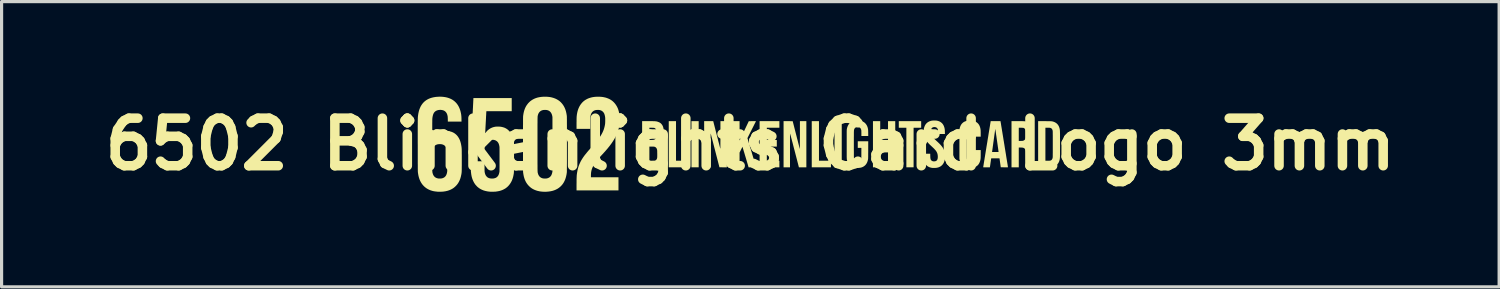
<source format=kicad_pcb>
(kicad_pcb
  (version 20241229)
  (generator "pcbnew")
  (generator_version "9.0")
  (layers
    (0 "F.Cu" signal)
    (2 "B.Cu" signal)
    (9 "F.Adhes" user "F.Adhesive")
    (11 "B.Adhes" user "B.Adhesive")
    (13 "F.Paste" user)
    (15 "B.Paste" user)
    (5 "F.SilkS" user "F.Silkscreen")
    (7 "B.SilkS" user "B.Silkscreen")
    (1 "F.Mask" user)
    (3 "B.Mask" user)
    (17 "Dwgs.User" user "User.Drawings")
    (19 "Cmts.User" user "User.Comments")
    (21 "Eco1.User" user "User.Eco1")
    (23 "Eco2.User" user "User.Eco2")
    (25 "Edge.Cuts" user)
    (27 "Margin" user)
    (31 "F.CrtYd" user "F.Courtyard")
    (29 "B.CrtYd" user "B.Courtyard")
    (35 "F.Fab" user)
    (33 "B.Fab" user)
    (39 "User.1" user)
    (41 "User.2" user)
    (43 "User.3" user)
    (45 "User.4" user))
  (footprint "6502 Blinkenlights Card Logo 3mm"
    (layer "F.Cu")
    (at 20.621 1.5)
    (property "Reference" "6502 Blinkenlights Card Logo 3mm" (at 0 0 0) (layer "F.SilkS") (effects (font (size 1.5 1.5) (thickness 0.3))))
    (attr board_only exclude_from_pos_files exclude_from_bom)
    (fp_poly (pts (xy -1.63 0) (xy -1.63 0.728) (xy -1.744 0.728) (xy -1.858 0.728) (xy -1.858 0) (xy -1.858 -0.728) (xy -1.744 -0.728) (xy -1.63 -0.728)) (stroke (width 0) (type solid)) (fill yes) (layer "F.SilkS"))
    (fp_poly (pts (xy 2.883 0) (xy 2.883 0.728) (xy 2.769 0.728) (xy 2.655 0.728) (xy 2.655 0) (xy 2.655 -0.728) (xy 2.769 -0.728) (xy 2.883 -0.728)) (stroke (width 0) (type solid)) (fill yes) (layer "F.SilkS"))
    (fp_poly (pts (xy -2.345 -0.104) (xy -2.345 0.52) (xy -2.157 0.52) (xy -1.97 0.52) (xy -1.97 0.624) (xy -1.97 0.728) (xy -2.272 0.728) (xy -2.574 0.728) (xy -2.574 0) (xy -2.574 -0.728) (xy -2.46 -0.728) (xy -2.345 -0.728)) (stroke (width 0) (type solid)) (fill yes) (layer "F.SilkS"))
    (fp_poly (pts (xy 2.165 -0.104) (xy 2.165 0.52) (xy 2.354 0.52) (xy 2.543 0.52) (xy 2.543 0.624) (xy 2.543 0.728) (xy 2.24 0.728) (xy 1.937 0.728) (xy 1.937 0) (xy 1.937 -0.728) (xy 2.051 -0.728) (xy 2.165 -0.728)) (stroke (width 0) (type solid)) (fill yes) (layer "F.SilkS"))
    (fp_poly (pts (xy 5.389 -0.624) (xy 5.389 -0.52) (xy 5.269 -0.52) (xy 5.15 -0.52) (xy 5.15 0.104) (xy 5.15 0.728) (xy 5.036 0.728) (xy 4.922 0.728) (xy 4.922 0.104) (xy 4.922 -0.52) (xy 4.802 -0.52) (xy 4.683 -0.52) (xy 4.683 -0.624) (xy 4.683 -0.728) (xy 5.036 -0.728) (xy 5.389 -0.728)) (stroke (width 0) (type solid)) (fill yes) (layer "F.SilkS"))
    (fp_poly (pts (xy 0.916 -0.624) (xy 0.916 -0.52) (xy 0.718 -0.52) (xy 0.52 -0.52) (xy 0.521 -0.328) (xy 0.522 -0.136) (xy 0.678 -0.135) (xy 0.835 -0.134) (xy 0.835 -0.03) (xy 0.835 0.074) (xy 0.678 0.074) (xy 0.52 0.074) (xy 0.52 0.297) (xy 0.52 0.52) (xy 0.718 0.52) (xy 0.916 0.52) (xy 0.916 0.624) (xy 0.916 0.728) (xy 0.604 0.728) (xy 0.292 0.728) (xy 0.292 0) (xy 0.292 -0.728) (xy 0.604 -0.728) (xy 0.916 -0.728)) (stroke (width 0) (type solid)) (fill yes) (layer "F.SilkS"))
    (fp_poly (pts (xy 4.097 -0.431) (xy 4.097 -0.135) (xy 4.22 -0.135) (xy 4.343 -0.135) (xy 4.343 -0.431) (xy 4.343 -0.728) (xy 4.457 -0.728) (xy 4.571 -0.728) (xy 4.571 0) (xy 4.571 0.728) (xy 4.457 0.728) (xy 4.343 0.728) (xy 4.343 0.401) (xy 4.343 0.074) (xy 4.22 0.074) (xy 4.097 0.074) (xy 4.097 0.401) (xy 4.097 0.728) (xy 3.982 0.728) (xy 3.868 0.728) (xy 3.868 0) (xy 3.868 -0.728) (xy 3.982 -0.728) (xy 4.097 -0.728)) (stroke (width 0) (type solid)) (fill yes) (layer "F.SilkS"))
    (fp_poly (pts (xy -1.06 -0.292) (xy -1.048 -0.246) (xy -1.036 -0.201) (xy -1.025 -0.158) (xy -1.015 -0.117) (xy -1.005 -0.078) (xy -0.995 -0.041) (xy -0.986 -0.007) (xy -0.978 0.024) (xy -0.971 0.053) (xy -0.964 0.078) (xy -0.959 0.099) (xy -0.954 0.117) (xy -0.95 0.13) (xy -0.948 0.139) (xy -0.946 0.144) (xy -0.946 0.145) (xy -0.946 0.142) (xy -0.946 0.135) (xy -0.946 0.123) (xy -0.945 0.107) (xy -0.945 0.087) (xy -0.945 0.063) (xy -0.945 0.035) (xy -0.945 0.004) (xy -0.945 -0.029) (xy -0.945 -0.066) (xy -0.944 -0.105) (xy -0.944 -0.146) (xy -0.944 -0.189) (xy -0.944 -0.234) (xy -0.944 -0.281) (xy -0.944 -0.292) (xy -0.944 -0.728) (xy -0.843 -0.728) (xy -0.741 -0.728) (xy -0.741 0.000026) (xy -0.741 0.729) (xy -0.858 0.728) (xy -0.975 0.727) (xy -1.112 0.198) (xy -1.125 0.147) (xy -1.138 0.098) (xy -1.15 0.05) (xy -1.162 0.004) (xy -1.173 -0.04) (xy -1.184 -0.082) (xy -1.194 -0.121) (xy -1.204 -0.158) (xy -1.213 -0.192) (xy -1.221 -0.223) (xy -1.228 -0.251) (xy -1.234 -0.275) (xy -1.239 -0.295) (xy -1.243 -0.311) (xy -1.246 -0.323) (xy -1.248 -0.33) (xy -1.249 -0.333) (xy -1.249 -0.333) (xy -1.251 -0.335) (xy -1.251 -0.335) (xy -1.252 -0.333) (xy -1.252 -0.325) (xy -1.252 -0.312) (xy -1.253 -0.295) (xy -1.253 -0.272) (xy -1.253 -0.244) (xy -1.253 -0.211) (xy -1.253 -0.173) (xy -1.254 -0.131) (xy -1.254 -0.083) (xy -1.254 -0.03) (xy -1.254 0.028) (xy -1.254 0.09) (xy -1.254 0.158) (xy -1.254 0.197) (xy -1.254 0.728) (xy -1.355 0.728) (xy -1.457 0.728) (xy -1.457 0) (xy -1.457 -0.728) (xy -1.314 -0.728) (xy -1.171 -0.728)) (stroke (width 0) (type solid)) (fill yes) (layer "F.SilkS"))
    (fp_poly (pts (xy 1.192 -0.728) (xy 1.336 -0.727) (xy 1.447 -0.292) (xy 1.459 -0.246) (xy 1.47 -0.201) (xy 1.481 -0.158) (xy 1.492 -0.117) (xy 1.502 -0.078) (xy 1.511 -0.042) (xy 1.52 -0.007) (xy 1.528 0.024) (xy 1.535 0.052) (xy 1.541 0.077) (xy 1.547 0.099) (xy 1.551 0.116) (xy 1.555 0.13) (xy 1.557 0.139) (xy 1.558 0.144) (xy 1.558 0.144) (xy 1.56 0.145) (xy 1.561 0.145) (xy 1.561 0.142) (xy 1.562 0.135) (xy 1.562 0.122) (xy 1.562 0.104) (xy 1.563 0.082) (xy 1.563 0.054) (xy 1.563 0.021) (xy 1.563 -0.017) (xy 1.563 -0.059) (xy 1.563 -0.107) (xy 1.563 -0.159) (xy 1.564 -0.217) (xy 1.564 -0.279) (xy 1.564 -0.292) (xy 1.564 -0.728) (xy 1.665 -0.728) (xy 1.767 -0.728) (xy 1.767 0) (xy 1.767 0.728) (xy 1.649 0.728) (xy 1.532 0.728) (xy 1.395 0.198) (xy 1.38 0.142) (xy 1.366 0.089) (xy 1.353 0.038) (xy 1.341 -0.011) (xy 1.329 -0.057) (xy 1.317 -0.1) (xy 1.307 -0.14) (xy 1.297 -0.177) (xy 1.288 -0.21) (xy 1.281 -0.24) (xy 1.274 -0.266) (xy 1.268 -0.288) (xy 1.263 -0.306) (xy 1.259 -0.32) (xy 1.256 -0.329) (xy 1.255 -0.334) (xy 1.254 -0.334) (xy 1.254 -0.334) (xy 1.254 -0.331) (xy 1.253 -0.326) (xy 1.253 -0.318) (xy 1.253 -0.308) (xy 1.253 -0.296) (xy 1.252 -0.28) (xy 1.252 -0.262) (xy 1.252 -0.24) (xy 1.252 -0.215) (xy 1.252 -0.186) (xy 1.252 -0.154) (xy 1.252 -0.117) (xy 1.252 -0.077) (xy 1.251 -0.032) (xy 1.251 0.017) (xy 1.251 0.07) (xy 1.251 0.128) (xy 1.251 0.191) (xy 1.251 0.197) (xy 1.251 0.728) (xy 1.15 0.728) (xy 1.048 0.728) (xy 1.048 -0.000021) (xy 1.048 -0.729)) (stroke (width 0) (type solid)) (fill yes) (layer "F.SilkS"))
    (fp_poly (pts (xy -0.339 -0.423) (xy -0.339 -0.117) (xy -0.194 -0.422) (xy -0.049 -0.727) (xy 0.064 -0.728) (xy 0.088 -0.728) (xy 0.109 -0.728) (xy 0.129 -0.728) (xy 0.146 -0.728) (xy 0.16 -0.728) (xy 0.17 -0.727) (xy 0.176 -0.727) (xy 0.178 -0.727) (xy 0.177 -0.724) (xy 0.173 -0.718) (xy 0.168 -0.707) (xy 0.161 -0.693) (xy 0.152 -0.675) (xy 0.141 -0.654) (xy 0.129 -0.631) (xy 0.116 -0.604) (xy 0.102 -0.576) (xy 0.086 -0.545) (xy 0.07 -0.513) (xy 0.053 -0.48) (xy 0.043 -0.461) (xy 0.026 -0.426) (xy 0.009 -0.393) (xy -0.007 -0.362) (xy -0.022 -0.332) (xy -0.036 -0.305) (xy -0.049 -0.279) (xy -0.06 -0.257) (xy -0.07 -0.237) (xy -0.078 -0.221) (xy -0.084 -0.208) (xy -0.089 -0.198) (xy -0.091 -0.193) (xy -0.091 -0.192) (xy -0.091 -0.19) (xy -0.089 -0.182) (xy -0.085 -0.171) (xy -0.08 -0.155) (xy -0.075 -0.135) (xy -0.068 -0.111) (xy -0.06 -0.084) (xy -0.051 -0.054) (xy -0.041 -0.021) (xy -0.03 0.014) (xy -0.019 0.053) (xy -0.007 0.093) (xy 0.006 0.135) (xy 0.019 0.179) (xy 0.033 0.225) (xy 0.045 0.264) (xy 0.058 0.311) (xy 0.072 0.356) (xy 0.085 0.4) (xy 0.098 0.442) (xy 0.11 0.482) (xy 0.121 0.52) (xy 0.132 0.556) (xy 0.142 0.588) (xy 0.151 0.618) (xy 0.159 0.645) (xy 0.165 0.668) (xy 0.171 0.687) (xy 0.176 0.702) (xy 0.179 0.714) (xy 0.181 0.721) (xy 0.182 0.723) (xy 0.183 0.728) (xy 0.064 0.728) (xy -0.055 0.728) (xy -0.151 0.405) (xy -0.163 0.366) (xy -0.174 0.328) (xy -0.185 0.291) (xy -0.195 0.257) (xy -0.205 0.225) (xy -0.214 0.195) (xy -0.222 0.169) (xy -0.229 0.145) (xy -0.235 0.124) (xy -0.241 0.108) (xy -0.245 0.095) (xy -0.247 0.086) (xy -0.249 0.082) (xy -0.249 0.081) (xy -0.25 0.083) (xy -0.254 0.09) (xy -0.259 0.1) (xy -0.265 0.113) (xy -0.273 0.128) (xy -0.282 0.146) (xy -0.292 0.166) (xy -0.295 0.173) (xy -0.34 0.264) (xy -0.34 0.496) (xy -0.34 0.728) (xy -0.454 0.728) (xy -0.569 0.728) (xy -0.569 0) (xy -0.569 -0.728) (xy -0.454 -0.728) (xy -0.34 -0.728)) (stroke (width 0) (type solid)) (fill yes) (layer "F.SilkS"))
    (fp_poly (pts (xy 9.285 -0.728) (xy 9.324 -0.728) (xy 9.357 -0.727) (xy 9.387 -0.727) (xy 9.412 -0.727) (xy 9.434 -0.727) (xy 9.453 -0.726) (xy 9.469 -0.726) (xy 9.482 -0.725) (xy 9.494 -0.725) (xy 9.504 -0.724) (xy 9.513 -0.722) (xy 9.521 -0.721) (xy 9.529 -0.72) (xy 9.536 -0.718) (xy 9.544 -0.716) (xy 9.553 -0.713) (xy 9.558 -0.712) (xy 9.593 -0.699) (xy 9.626 -0.682) (xy 9.656 -0.662) (xy 9.683 -0.637) (xy 9.706 -0.61) (xy 9.725 -0.578) (xy 9.741 -0.544) (xy 9.753 -0.506) (xy 9.753 -0.506) (xy 9.755 -0.498) (xy 9.757 -0.49) (xy 9.759 -0.482) (xy 9.76 -0.474) (xy 9.762 -0.466) (xy 9.763 -0.457) (xy 9.764 -0.447) (xy 9.765 -0.437) (xy 9.766 -0.424) (xy 9.767 -0.41) (xy 9.767 -0.395) (xy 9.768 -0.377) (xy 9.768 -0.357) (xy 9.769 -0.334) (xy 9.769 -0.308) (xy 9.769 -0.279) (xy 9.769 -0.246) (xy 9.769 -0.21) (xy 9.769 -0.17) (xy 9.77 -0.126) (xy 9.77 -0.077) (xy 9.77 -0.024) (xy 9.77 0) (xy 9.77 0.055) (xy 9.77 0.106) (xy 9.77 0.152) (xy 9.769 0.194) (xy 9.769 0.232) (xy 9.769 0.266) (xy 9.769 0.296) (xy 9.769 0.323) (xy 9.768 0.347) (xy 9.768 0.369) (xy 9.768 0.388) (xy 9.767 0.404) (xy 9.766 0.419) (xy 9.765 0.432) (xy 9.764 0.443) (xy 9.763 0.453) (xy 9.762 0.462) (xy 9.761 0.471) (xy 9.759 0.479) (xy 9.758 0.486) (xy 9.756 0.494) (xy 9.754 0.502) (xy 9.753 0.506) (xy 9.741 0.544) (xy 9.725 0.578) (xy 9.706 0.609) (xy 9.683 0.637) (xy 9.656 0.662) (xy 9.626 0.682) (xy 9.594 0.699) (xy 9.558 0.712) (xy 9.558 0.712) (xy 9.548 0.714) (xy 9.54 0.717) (xy 9.532 0.719) (xy 9.525 0.72) (xy 9.517 0.722) (xy 9.508 0.723) (xy 9.499 0.724) (xy 9.488 0.725) (xy 9.476 0.726) (xy 9.461 0.726) (xy 9.443 0.727) (xy 9.423 0.727) (xy 9.4 0.727) (xy 9.372 0.727) (xy 9.341 0.727) (xy 9.305 0.728) (xy 9.285 0.728) (xy 9.079 0.729) (xy 9.079 0) (xy 9.079 -0.52) (xy 9.308 -0.52) (xy 9.308 0) (xy 9.308 0.52) (xy 9.377 0.52) (xy 9.398 0.52) (xy 9.415 0.52) (xy 9.429 0.52) (xy 9.439 0.519) (xy 9.447 0.519) (xy 9.454 0.518) (xy 9.46 0.516) (xy 9.463 0.516) (xy 9.484 0.508) (xy 9.501 0.497) (xy 9.514 0.482) (xy 9.525 0.464) (xy 9.533 0.442) (xy 9.538 0.416) (xy 9.539 0.413) (xy 9.539 0.407) (xy 9.539 0.397) (xy 9.54 0.381) (xy 9.54 0.36) (xy 9.54 0.335) (xy 9.54 0.305) (xy 9.541 0.27) (xy 9.541 0.231) (xy 9.541 0.187) (xy 9.541 0.139) (xy 9.541 0.087) (xy 9.541 0.03) (xy 9.541 0) (xy 9.541 -0.059) (xy 9.541 -0.114) (xy 9.541 -0.164) (xy 9.541 -0.21) (xy 9.541 -0.251) (xy 9.541 -0.288) (xy 9.54 -0.321) (xy 9.54 -0.348) (xy 9.54 -0.371) (xy 9.539 -0.389) (xy 9.539 -0.403) (xy 9.539 -0.411) (xy 9.539 -0.413) (xy 9.534 -0.44) (xy 9.526 -0.462) (xy 9.515 -0.481) (xy 9.502 -0.496) (xy 9.485 -0.507) (xy 9.465 -0.515) (xy 9.463 -0.516) (xy 9.457 -0.517) (xy 9.451 -0.518) (xy 9.444 -0.519) (xy 9.435 -0.52) (xy 9.423 -0.52) (xy 9.408 -0.52) (xy 9.389 -0.52) (xy 9.377 -0.52) (xy 9.308 -0.52) (xy 9.079 -0.52) (xy 9.079 -0.729)) (stroke (width 0) (type solid)) (fill yes) (layer "F.SilkS"))
    (fp_poly (pts (xy 6.956 -0.748) (xy 6.98 -0.746) (xy 7.002 -0.744) (xy 7.019 -0.741) (xy 7.059 -0.731) (xy 7.095 -0.717) (xy 7.128 -0.699) (xy 7.158 -0.677) (xy 7.184 -0.652) (xy 7.207 -0.623) (xy 7.226 -0.59) (xy 7.241 -0.554) (xy 7.253 -0.514) (xy 7.257 -0.496) (xy 7.259 -0.482) (xy 7.262 -0.468) (xy 7.263 -0.453) (xy 7.265 -0.437) (xy 7.266 -0.419) (xy 7.266 -0.399) (xy 7.267 -0.375) (xy 7.267 -0.347) (xy 7.267 -0.328) (xy 7.267 -0.239) (xy 7.159 -0.239) (xy 7.051 -0.239) (xy 7.051 -0.329) (xy 7.051 -0.357) (xy 7.051 -0.382) (xy 7.05 -0.402) (xy 7.05 -0.419) (xy 7.049 -0.433) (xy 7.047 -0.445) (xy 7.046 -0.456) (xy 7.043 -0.464) (xy 7.041 -0.473) (xy 7.041 -0.473) (xy 7.034 -0.49) (xy 7.026 -0.503) (xy 7.015 -0.514) (xy 7.014 -0.516) (xy 7 -0.526) (xy 6.984 -0.534) (xy 6.966 -0.539) (xy 6.945 -0.541) (xy 6.936 -0.541) (xy 6.91 -0.539) (xy 6.888 -0.534) (xy 6.869 -0.524) (xy 6.854 -0.512) (xy 6.841 -0.495) (xy 6.832 -0.474) (xy 6.825 -0.448) (xy 6.825 -0.448) (xy 6.825 -0.445) (xy 6.824 -0.441) (xy 6.824 -0.435) (xy 6.823 -0.427) (xy 6.823 -0.417) (xy 6.823 -0.405) (xy 6.823 -0.39) (xy 6.822 -0.373) (xy 6.822 -0.353) (xy 6.822 -0.33) (xy 6.822 -0.304) (xy 6.822 -0.274) (xy 6.822 -0.24) (xy 6.822 -0.202) (xy 6.822 -0.16) (xy 6.822 -0.114) (xy 6.821 -0.063) (xy 6.821 -0.008) (xy 6.821 0.004) (xy 6.821 0.059) (xy 6.821 0.109) (xy 6.822 0.155) (xy 6.822 0.196) (xy 6.822 0.234) (xy 6.822 0.267) (xy 6.822 0.296) (xy 6.822 0.323) (xy 6.822 0.346) (xy 6.822 0.366) (xy 6.822 0.383) (xy 6.822 0.397) (xy 6.823 0.41) (xy 6.823 0.42) (xy 6.823 0.429) (xy 6.824 0.436) (xy 6.824 0.441) (xy 6.824 0.446) (xy 6.825 0.449) (xy 6.825 0.452) (xy 6.826 0.455) (xy 6.826 0.456) (xy 6.834 0.48) (xy 6.844 0.5) (xy 6.858 0.516) (xy 6.874 0.528) (xy 6.893 0.536) (xy 6.916 0.54) (xy 6.936 0.541) (xy 6.961 0.539) (xy 6.983 0.534) (xy 7.002 0.525) (xy 7.017 0.513) (xy 7.03 0.497) (xy 7.036 0.486) (xy 7.039 0.48) (xy 7.041 0.474) (xy 7.043 0.468) (xy 7.045 0.462) (xy 7.046 0.455) (xy 7.047 0.446) (xy 7.048 0.435) (xy 7.049 0.422) (xy 7.049 0.406) (xy 7.05 0.387) (xy 7.05 0.364) (xy 7.05 0.337) (xy 7.05 0.315) (xy 7.052 0.185) (xy 7.159 0.185) (xy 7.267 0.185) (xy 7.267 0.302) (xy 7.267 0.327) (xy 7.267 0.351) (xy 7.266 0.374) (xy 7.266 0.395) (xy 7.266 0.413) (xy 7.265 0.429) (xy 7.265 0.44) (xy 7.264 0.445) (xy 7.258 0.49) (xy 7.248 0.532) (xy 7.234 0.57) (xy 7.217 0.605) (xy 7.197 0.636) (xy 7.173 0.664) (xy 7.146 0.687) (xy 7.115 0.707) (xy 7.08 0.723) (xy 7.042 0.736) (xy 7.019 0.741) (xy 7.004 0.744) (xy 6.986 0.746) (xy 6.965 0.747) (xy 6.942 0.748) (xy 6.919 0.748) (xy 6.897 0.748) (xy 6.878 0.747) (xy 6.862 0.745) (xy 6.861 0.745) (xy 6.829 0.739) (xy 6.798 0.73) (xy 6.768 0.718) (xy 6.741 0.705) (xy 6.718 0.69) (xy 6.716 0.688) (xy 6.689 0.665) (xy 6.666 0.639) (xy 6.645 0.61) (xy 6.629 0.577) (xy 6.615 0.541) (xy 6.604 0.501) (xy 6.602 0.495) (xy 6.596 0.463) (xy 6.596 0) (xy 6.596 -0.463) (xy 6.602 -0.495) (xy 6.613 -0.536) (xy 6.627 -0.573) (xy 6.643 -0.606) (xy 6.663 -0.636) (xy 6.686 -0.662) (xy 6.713 -0.686) (xy 6.716 -0.688) (xy 6.741 -0.705) (xy 6.771 -0.719) (xy 6.803 -0.731) (xy 6.837 -0.74) (xy 6.865 -0.745) (xy 6.885 -0.747) (xy 6.907 -0.748) (xy 6.932 -0.748)) (stroke (width 0) (type solid)) (fill yes) (layer "F.SilkS"))
    (fp_poly (pts (xy 5.817 -0.748) (xy 5.839 -0.747) (xy 5.859 -0.746) (xy 5.876 -0.745) (xy 5.887 -0.743) (xy 5.925 -0.734) (xy 5.959 -0.722) (xy 5.989 -0.707) (xy 6.017 -0.688) (xy 6.017 -0.688) (xy 6.044 -0.665) (xy 6.068 -0.638) (xy 6.088 -0.607) (xy 6.105 -0.573) (xy 6.114 -0.546) (xy 6.121 -0.527) (xy 6.125 -0.509) (xy 6.129 -0.491) (xy 6.132 -0.473) (xy 6.134 -0.452) (xy 6.136 -0.43) (xy 6.136 -0.403) (xy 6.137 -0.389) (xy 6.138 -0.322) (xy 6.03 -0.323) (xy 5.923 -0.324) (xy 5.922 -0.383) (xy 5.921 -0.403) (xy 5.92 -0.421) (xy 5.919 -0.436) (xy 5.918 -0.448) (xy 5.917 -0.456) (xy 5.917 -0.457) (xy 5.909 -0.48) (xy 5.898 -0.5) (xy 5.883 -0.516) (xy 5.866 -0.528) (xy 5.845 -0.536) (xy 5.821 -0.541) (xy 5.795 -0.541) (xy 5.788 -0.54) (xy 5.765 -0.536) (xy 5.746 -0.527) (xy 5.729 -0.514) (xy 5.716 -0.498) (xy 5.706 -0.477) (xy 5.698 -0.453) (xy 5.694 -0.426) (xy 5.694 -0.395) (xy 5.694 -0.391) (xy 5.697 -0.357) (xy 5.705 -0.325) (xy 5.716 -0.294) (xy 5.721 -0.283) (xy 5.73 -0.265) (xy 5.74 -0.248) (xy 5.753 -0.23) (xy 5.766 -0.212) (xy 5.783 -0.193) (xy 5.802 -0.173) (xy 5.823 -0.151) (xy 5.849 -0.127) (xy 5.877 -0.1) (xy 5.884 -0.094) (xy 5.921 -0.06) (xy 5.955 -0.027) (xy 5.985 0.003) (xy 6.011 0.032) (xy 6.034 0.059) (xy 6.054 0.086) (xy 6.072 0.111) (xy 6.087 0.137) (xy 6.099 0.162) (xy 6.11 0.188) (xy 6.117 0.207) (xy 6.127 0.243) (xy 6.135 0.283) (xy 6.14 0.325) (xy 6.142 0.367) (xy 6.142 0.41) (xy 6.139 0.444) (xy 6.133 0.487) (xy 6.124 0.525) (xy 6.112 0.56) (xy 6.098 0.591) (xy 6.08 0.62) (xy 6.06 0.647) (xy 6.053 0.653) (xy 6.028 0.678) (xy 6 0.699) (xy 5.969 0.715) (xy 5.936 0.729) (xy 5.899 0.739) (xy 5.863 0.745) (xy 5.851 0.746) (xy 5.836 0.747) (xy 5.818 0.748) (xy 5.799 0.748) (xy 5.781 0.748) (xy 5.764 0.748) (xy 5.75 0.748) (xy 5.744 0.747) (xy 5.738 0.746) (xy 5.728 0.745) (xy 5.716 0.743) (xy 5.708 0.741) (xy 5.669 0.732) (xy 5.634 0.718) (xy 5.601 0.701) (xy 5.572 0.68) (xy 5.546 0.655) (xy 5.523 0.626) (xy 5.511 0.606) (xy 5.498 0.581) (xy 5.487 0.555) (xy 5.478 0.527) (xy 5.471 0.496) (xy 5.466 0.463) (xy 5.462 0.426) (xy 5.46 0.385) (xy 5.46 0.343) (xy 5.46 0.3) (xy 5.567 0.3) (xy 5.675 0.3) (xy 5.676 0.367) (xy 5.677 0.395) (xy 5.678 0.419) (xy 5.68 0.439) (xy 5.683 0.455) (xy 5.686 0.469) (xy 5.69 0.481) (xy 5.696 0.492) (xy 5.703 0.501) (xy 5.711 0.511) (xy 5.726 0.524) (xy 5.744 0.533) (xy 5.767 0.539) (xy 5.792 0.541) (xy 5.794 0.541) (xy 5.82 0.539) (xy 5.843 0.534) (xy 5.862 0.525) (xy 5.879 0.513) (xy 5.892 0.496) (xy 5.902 0.476) (xy 5.909 0.451) (xy 5.911 0.435) (xy 5.914 0.406) (xy 5.913 0.374) (xy 5.91 0.341) (xy 5.904 0.311) (xy 5.9 0.296) (xy 5.893 0.277) (xy 5.885 0.259) (xy 5.876 0.241) (xy 5.865 0.222) (xy 5.851 0.203) (xy 5.836 0.184) (xy 5.817 0.163) (xy 5.796 0.14) (xy 5.771 0.116) (xy 5.743 0.089) (xy 5.714 0.062) (xy 5.673 0.024) (xy 5.637 -0.012) (xy 5.604 -0.047) (xy 5.576 -0.08) (xy 5.552 -0.112) (xy 5.531 -0.144) (xy 5.513 -0.175) (xy 5.498 -0.207) (xy 5.487 -0.239) (xy 5.478 -0.272) (xy 5.471 -0.306) (xy 5.467 -0.342) (xy 5.466 -0.369) (xy 5.466 -0.417) (xy 5.47 -0.463) (xy 5.477 -0.505) (xy 5.489 -0.545) (xy 5.504 -0.582) (xy 5.522 -0.616) (xy 5.545 -0.646) (xy 5.553 -0.655) (xy 5.578 -0.679) (xy 5.606 -0.699) (xy 5.637 -0.716) (xy 5.672 -0.73) (xy 5.71 -0.74) (xy 5.722 -0.743) (xy 5.736 -0.745) (xy 5.753 -0.746) (xy 5.773 -0.747) (xy 5.795 -0.748)) (stroke (width 0) (type solid)) (fill yes) (layer "F.SilkS"))
    (fp_poly (pts (xy 8.463 -0.728) (xy 8.496 -0.728) (xy 8.527 -0.728) (xy 8.556 -0.728) (xy 8.581 -0.728) (xy 8.602 -0.727) (xy 8.619 -0.727) (xy 8.632 -0.726) (xy 8.64 -0.726) (xy 8.64 -0.726) (xy 8.683 -0.72) (xy 8.722 -0.711) (xy 8.757 -0.698) (xy 8.789 -0.683) (xy 8.816 -0.664) (xy 8.841 -0.641) (xy 8.861 -0.615) (xy 8.879 -0.586) (xy 8.893 -0.552) (xy 8.905 -0.514) (xy 8.911 -0.487) (xy 8.912 -0.48) (xy 8.913 -0.473) (xy 8.914 -0.466) (xy 8.914 -0.456) (xy 8.915 -0.445) (xy 8.915 -0.431) (xy 8.915 -0.414) (xy 8.915 -0.393) (xy 8.915 -0.368) (xy 8.915 -0.352) (xy 8.915 -0.323) (xy 8.915 -0.299) (xy 8.915 -0.278) (xy 8.915 -0.261) (xy 8.914 -0.247) (xy 8.913 -0.235) (xy 8.912 -0.224) (xy 8.911 -0.214) (xy 8.909 -0.204) (xy 8.907 -0.194) (xy 8.904 -0.183) (xy 8.902 -0.178) (xy 8.897 -0.159) (xy 8.889 -0.14) (xy 8.88 -0.121) (xy 8.871 -0.104) (xy 8.866 -0.095) (xy 8.846 -0.07) (xy 8.823 -0.049) (xy 8.796 -0.031) (xy 8.788 -0.027) (xy 8.779 -0.022) (xy 8.772 -0.018) (xy 8.769 -0.015) (xy 8.768 -0.014) (xy 8.771 -0.013) (xy 8.776 -0.01) (xy 8.785 -0.006) (xy 8.786 -0.005) (xy 8.813 0.007) (xy 8.836 0.024) (xy 8.856 0.044) (xy 8.874 0.068) (xy 8.888 0.097) (xy 8.9 0.129) (xy 8.906 0.152) (xy 8.908 0.165) (xy 8.91 0.177) (xy 8.912 0.189) (xy 8.914 0.201) (xy 8.915 0.215) (xy 8.917 0.23) (xy 8.917 0.247) (xy 8.918 0.267) (xy 8.919 0.289) (xy 8.919 0.315) (xy 8.919 0.344) (xy 8.919 0.378) (xy 8.919 0.41) (xy 8.919 0.453) (xy 8.92 0.491) (xy 8.92 0.525) (xy 8.92 0.555) (xy 8.921 0.581) (xy 8.922 0.604) (xy 8.923 0.624) (xy 8.924 0.641) (xy 8.925 0.656) (xy 8.927 0.669) (xy 8.929 0.681) (xy 8.932 0.691) (xy 8.934 0.701) (xy 8.938 0.71) (xy 8.938 0.712) (xy 8.944 0.728) (xy 8.828 0.728) (xy 8.712 0.728) (xy 8.709 0.719) (xy 8.706 0.71) (xy 8.704 0.701) (xy 8.702 0.693) (xy 8.7 0.684) (xy 8.699 0.676) (xy 8.697 0.666) (xy 8.696 0.655) (xy 8.695 0.643) (xy 8.694 0.628) (xy 8.694 0.611) (xy 8.693 0.592) (xy 8.693 0.569) (xy 8.692 0.543) (xy 8.692 0.513) (xy 8.691 0.479) (xy 8.691 0.441) (xy 8.691 0.429) (xy 8.691 0.391) (xy 8.69 0.359) (xy 8.69 0.33) (xy 8.69 0.306) (xy 8.689 0.285) (xy 8.689 0.267) (xy 8.689 0.253) (xy 8.688 0.241) (xy 8.688 0.231) (xy 8.688 0.223) (xy 8.687 0.217) (xy 8.686 0.212) (xy 8.686 0.207) (xy 8.685 0.203) (xy 8.684 0.199) (xy 8.684 0.199) (xy 8.676 0.174) (xy 8.666 0.155) (xy 8.654 0.139) (xy 8.639 0.126) (xy 8.626 0.119) (xy 8.615 0.114) (xy 8.602 0.11) (xy 8.589 0.108) (xy 8.572 0.106) (xy 8.553 0.105) (xy 8.53 0.104) (xy 8.519 0.104) (xy 8.468 0.104) (xy 8.468 0.416) (xy 8.468 0.728) (xy 8.353 0.728) (xy 8.239 0.728) (xy 8.239 0) (xy 8.239 -0.521) (xy 8.468 -0.521) (xy 8.468 -0.312) (xy 8.468 -0.103) (xy 8.529 -0.105) (xy 8.55 -0.105) (xy 8.567 -0.106) (xy 8.579 -0.106) (xy 8.589 -0.107) (xy 8.597 -0.108) (xy 8.603 -0.11) (xy 8.605 -0.11) (xy 8.622 -0.117) (xy 8.635 -0.124) (xy 8.648 -0.134) (xy 8.65 -0.135) (xy 8.66 -0.146) (xy 8.668 -0.157) (xy 8.674 -0.17) (xy 8.68 -0.185) (xy 8.687 -0.204) (xy 8.688 -0.303) (xy 8.688 -0.332) (xy 8.688 -0.357) (xy 8.688 -0.377) (xy 8.687 -0.395) (xy 8.687 -0.409) (xy 8.685 -0.421) (xy 8.684 -0.432) (xy 8.682 -0.441) (xy 8.679 -0.45) (xy 8.676 -0.459) (xy 8.675 -0.461) (xy 8.668 -0.476) (xy 8.656 -0.49) (xy 8.642 -0.502) (xy 8.627 -0.511) (xy 8.624 -0.513) (xy 8.619 -0.515) (xy 8.614 -0.516) (xy 8.609 -0.517) (xy 8.603 -0.518) (xy 8.595 -0.519) (xy 8.584 -0.519) (xy 8.57 -0.519) (xy 8.552 -0.52) (xy 8.538 -0.52) (xy 8.468 -0.521) (xy 8.239 -0.521) (xy 8.239 -0.728) (xy 8.427 -0.728)) (stroke (width 0) (type solid)) (fill yes) (layer "F.SilkS"))
    (fp_poly (pts (xy -3.182 -0.728) (xy -3.146 -0.728) (xy -3.114 -0.728) (xy -3.085 -0.728) (xy -3.06 -0.727) (xy -3.039 -0.727) (xy -3.02 -0.726) (xy -3.003 -0.725) (xy -2.989 -0.723) (xy -2.975 -0.722) (xy -2.963 -0.72) (xy -2.952 -0.718) (xy -2.941 -0.715) (xy -2.931 -0.712) (xy -2.919 -0.708) (xy -2.915 -0.707) (xy -2.887 -0.696) (xy -2.862 -0.684) (xy -2.84 -0.671) (xy -2.82 -0.654) (xy -2.815 -0.649) (xy -2.795 -0.626) (xy -2.777 -0.601) (xy -2.763 -0.573) (xy -2.751 -0.542) (xy -2.743 -0.51) (xy -2.739 -0.492) (xy -2.736 -0.474) (xy -2.734 -0.456) (xy -2.733 -0.436) (xy -2.732 -0.414) (xy -2.731 -0.388) (xy -2.731 -0.367) (xy -2.732 -0.33) (xy -2.733 -0.298) (xy -2.735 -0.269) (xy -2.738 -0.243) (xy -2.743 -0.22) (xy -2.749 -0.198) (xy -2.756 -0.178) (xy -2.764 -0.158) (xy -2.78 -0.131) (xy -2.8 -0.105) (xy -2.824 -0.083) (xy -2.85 -0.064) (xy -2.866 -0.056) (xy -2.873 -0.052) (xy -2.877 -0.049) (xy -2.878 -0.048) (xy -2.875 -0.046) (xy -2.869 -0.042) (xy -2.861 -0.038) (xy -2.858 -0.037) (xy -2.829 -0.022) (xy -2.803 -0.003) (xy -2.78 0.019) (xy -2.76 0.045) (xy -2.743 0.075) (xy -2.73 0.109) (xy -2.719 0.147) (xy -2.714 0.169) (xy -2.713 0.175) (xy -2.712 0.182) (xy -2.712 0.189) (xy -2.711 0.198) (xy -2.71 0.208) (xy -2.71 0.22) (xy -2.71 0.236) (xy -2.71 0.254) (xy -2.71 0.277) (xy -2.71 0.303) (xy -2.71 0.319) (xy -2.71 0.348) (xy -2.71 0.372) (xy -2.71 0.393) (xy -2.71 0.41) (xy -2.71 0.424) (xy -2.711 0.435) (xy -2.711 0.444) (xy -2.712 0.452) (xy -2.713 0.459) (xy -2.714 0.466) (xy -2.714 0.468) (xy -2.722 0.503) (xy -2.731 0.534) (xy -2.742 0.562) (xy -2.756 0.588) (xy -2.773 0.613) (xy -2.773 0.613) (xy -2.796 0.64) (xy -2.823 0.663) (xy -2.853 0.683) (xy -2.887 0.699) (xy -2.925 0.712) (xy -2.963 0.721) (xy -2.969 0.722) (xy -2.974 0.723) (xy -2.979 0.724) (xy -2.985 0.725) (xy -2.992 0.725) (xy -3.001 0.726) (xy -3.011 0.726) (xy -3.023 0.726) (xy -3.038 0.727) (xy -3.055 0.727) (xy -3.076 0.727) (xy -3.101 0.727) (xy -3.129 0.727) (xy -3.162 0.728) (xy -3.199 0.728) (xy -3.203 0.728) (xy -3.414 0.729) (xy -3.414 0.074) (xy -3.185 0.074) (xy -3.185 0.297) (xy -3.185 0.521) (xy -3.102 0.52) (xy -3.079 0.519) (xy -3.059 0.519) (xy -3.044 0.519) (xy -3.032 0.518) (xy -3.023 0.518) (xy -3.016 0.517) (xy -3.011 0.516) (xy -3.006 0.515) (xy -3.006 0.515) (xy -2.986 0.505) (xy -2.97 0.493) (xy -2.957 0.476) (xy -2.947 0.456) (xy -2.947 0.456) (xy -2.945 0.448) (xy -2.943 0.44) (xy -2.941 0.431) (xy -2.939 0.421) (xy -2.938 0.41) (xy -2.938 0.397) (xy -2.937 0.381) (xy -2.937 0.362) (xy -2.937 0.339) (xy -2.937 0.312) (xy -2.937 0.296) (xy -2.938 0.269) (xy -2.938 0.246) (xy -2.938 0.228) (xy -2.939 0.213) (xy -2.939 0.201) (xy -2.94 0.191) (xy -2.941 0.184) (xy -2.942 0.178) (xy -2.943 0.173) (xy -2.943 0.171) (xy -2.951 0.146) (xy -2.962 0.124) (xy -2.976 0.107) (xy -2.992 0.094) (xy -3.002 0.089) (xy -3.011 0.084) (xy -3.02 0.081) (xy -3.03 0.078) (xy -3.041 0.077) (xy -3.054 0.075) (xy -3.069 0.074) (xy -3.088 0.074) (xy -3.112 0.074) (xy -3.119 0.074) (xy -3.185 0.074) (xy -3.414 0.074) (xy -3.414 0.000122) (xy -3.414 -0.521) (xy -3.185 -0.521) (xy -3.185 -0.327) (xy -3.185 -0.134) (xy -3.124 -0.135) (xy -3.102 -0.136) (xy -3.084 -0.137) (xy -3.07 -0.138) (xy -3.059 -0.139) (xy -3.051 -0.14) (xy -3.047 -0.141) (xy -3.024 -0.149) (xy -3.005 -0.16) (xy -2.99 -0.175) (xy -2.978 -0.193) (xy -2.969 -0.216) (xy -2.968 -0.219) (xy -2.966 -0.225) (xy -2.964 -0.231) (xy -2.963 -0.237) (xy -2.962 -0.244) (xy -2.962 -0.253) (xy -2.961 -0.264) (xy -2.961 -0.278) (xy -2.96 -0.295) (xy -2.96 -0.317) (xy -2.96 -0.345) (xy -2.96 -0.368) (xy -2.96 -0.388) (xy -2.961 -0.404) (xy -2.962 -0.418) (xy -2.964 -0.43) (xy -2.967 -0.44) (xy -2.97 -0.45) (xy -2.97 -0.452) (xy -2.98 -0.473) (xy -2.993 -0.491) (xy -3.009 -0.504) (xy -3.025 -0.513) (xy -3.03 -0.515) (xy -3.034 -0.516) (xy -3.039 -0.517) (xy -3.046 -0.518) (xy -3.054 -0.519) (xy -3.065 -0.519) (xy -3.079 -0.519) (xy -3.098 -0.52) (xy -3.112 -0.52) (xy -3.185 -0.521) (xy -3.414 -0.521) (xy -3.414 -0.728) (xy -3.223 -0.728)) (stroke (width 0) (type solid)) (fill yes) (layer "F.SilkS"))
    (fp_poly (pts (xy 7.893 -0.723) (xy 7.893 -0.719) (xy 7.894 -0.711) (xy 7.896 -0.699) (xy 7.899 -0.682) (xy 7.903 -0.661) (xy 7.907 -0.637) (xy 7.911 -0.609) (xy 7.916 -0.577) (xy 7.922 -0.543) (xy 7.928 -0.506) (xy 7.935 -0.466) (xy 7.941 -0.424) (xy 7.949 -0.379) (xy 7.956 -0.333) (xy 7.964 -0.286) (xy 7.972 -0.237) (xy 7.98 -0.187) (xy 7.988 -0.136) (xy 7.997 -0.084) (xy 8.005 -0.032) (xy 8.014 0.02) (xy 8.022 0.073) (xy 8.03 0.124) (xy 8.039 0.176) (xy 8.047 0.226) (xy 8.055 0.275) (xy 8.063 0.323) (xy 8.07 0.37) (xy 8.077 0.415) (xy 8.084 0.457) (xy 8.091 0.498) (xy 8.097 0.536) (xy 8.103 0.571) (xy 8.108 0.603) (xy 8.113 0.632) (xy 8.117 0.657) (xy 8.12 0.679) (xy 8.123 0.697) (xy 8.125 0.71) (xy 8.127 0.72) (xy 8.127 0.724) (xy 8.127 0.724) (xy 8.127 0.725) (xy 8.126 0.726) (xy 8.123 0.727) (xy 8.118 0.727) (xy 8.111 0.728) (xy 8.101 0.728) (xy 8.088 0.728) (xy 8.072 0.728) (xy 8.051 0.728) (xy 8.026 0.728) (xy 8.014 0.728) (xy 7.9 0.727) (xy 7.88 0.586) (xy 7.86 0.444) (xy 7.728 0.444) (xy 7.699 0.444) (xy 7.674 0.444) (xy 7.653 0.444) (xy 7.636 0.445) (xy 7.623 0.445) (xy 7.613 0.445) (xy 7.606 0.446) (xy 7.601 0.446) (xy 7.598 0.447) (xy 7.597 0.447) (xy 7.597 0.448) (xy 7.597 0.451) (xy 7.596 0.458) (xy 7.594 0.47) (xy 7.592 0.484) (xy 7.589 0.502) (xy 7.587 0.521) (xy 7.584 0.543) (xy 7.58 0.565) (xy 7.577 0.588) (xy 7.574 0.61) (xy 7.571 0.632) (xy 7.568 0.653) (xy 7.565 0.672) (xy 7.562 0.689) (xy 7.56 0.703) (xy 7.559 0.713) (xy 7.558 0.719) (xy 7.558 0.72) (xy 7.556 0.728) (xy 7.451 0.728) (xy 7.421 0.728) (xy 7.397 0.728) (xy 7.377 0.728) (xy 7.362 0.728) (xy 7.352 0.727) (xy 7.347 0.726) (xy 7.346 0.726) (xy 7.346 0.723) (xy 7.347 0.716) (xy 7.349 0.704) (xy 7.352 0.687) (xy 7.355 0.667) (xy 7.359 0.643) (xy 7.363 0.615) (xy 7.368 0.584) (xy 7.374 0.549) (xy 7.38 0.512) (xy 7.387 0.472) (xy 7.393 0.43) (xy 7.401 0.385) (xy 7.408 0.339) (xy 7.416 0.291) (xy 7.423 0.246) (xy 7.624 0.246) (xy 7.727 0.246) (xy 7.753 0.246) (xy 7.774 0.246) (xy 7.791 0.246) (xy 7.804 0.246) (xy 7.814 0.246) (xy 7.821 0.245) (xy 7.826 0.245) (xy 7.829 0.244) (xy 7.83 0.243) (xy 7.83 0.242) (xy 7.83 0.242) (xy 7.83 0.238) (xy 7.829 0.23) (xy 7.827 0.218) (xy 7.825 0.201) (xy 7.823 0.181) (xy 7.819 0.158) (xy 7.816 0.132) (xy 7.812 0.104) (xy 7.807 0.073) (xy 7.803 0.04) (xy 7.798 0.006) (xy 7.793 -0.029) (xy 7.788 -0.065) (xy 7.783 -0.102) (xy 7.777 -0.139) (xy 7.772 -0.175) (xy 7.767 -0.211) (xy 7.762 -0.246) (xy 7.757 -0.28) (xy 7.752 -0.312) (xy 7.748 -0.343) (xy 7.744 -0.371) (xy 7.74 -0.396) (xy 7.737 -0.418) (xy 7.734 -0.437) (xy 7.732 -0.453) (xy 7.73 -0.464) (xy 7.729 -0.471) (xy 7.729 -0.473) (xy 7.726 -0.475) (xy 7.725 -0.474) (xy 7.725 -0.472) (xy 7.724 -0.465) (xy 7.722 -0.453) (xy 7.72 -0.437) (xy 7.717 -0.417) (xy 7.714 -0.393) (xy 7.71 -0.367) (xy 7.706 -0.337) (xy 7.701 -0.304) (xy 7.696 -0.269) (xy 7.691 -0.232) (xy 7.686 -0.193) (xy 7.68 -0.152) (xy 7.676 -0.121) (xy 7.67 -0.079) (xy 7.664 -0.038) (xy 7.659 0.001) (xy 7.654 0.038) (xy 7.649 0.073) (xy 7.645 0.105) (xy 7.641 0.134) (xy 7.637 0.161) (xy 7.634 0.184) (xy 7.631 0.204) (xy 7.629 0.219) (xy 7.627 0.23) (xy 7.626 0.237) (xy 7.626 0.239) (xy 7.624 0.246) (xy 7.423 0.246) (xy 7.424 0.241) (xy 7.432 0.19) (xy 7.441 0.138) (xy 7.449 0.085) (xy 7.458 0.032) (xy 7.467 -0.022) (xy 7.476 -0.076) (xy 7.484 -0.129) (xy 7.493 -0.183) (xy 7.502 -0.235) (xy 7.51 -0.287) (xy 7.518 -0.338) (xy 7.526 -0.387) (xy 7.534 -0.435) (xy 7.542 -0.481) (xy 7.549 -0.525) (xy 7.556 -0.567) (xy 7.559 -0.587) (xy 7.563 -0.613) (xy 7.567 -0.638) (xy 7.571 -0.66) (xy 7.574 -0.68) (xy 7.577 -0.697) (xy 7.579 -0.711) (xy 7.581 -0.721) (xy 7.581 -0.726) (xy 7.582 -0.728) (xy 7.584 -0.728) (xy 7.591 -0.728) (xy 7.603 -0.728) (xy 7.618 -0.728) (xy 7.636 -0.728) (xy 7.657 -0.728) (xy 7.681 -0.728) (xy 7.707 -0.728) (xy 7.734 -0.728) (xy 7.736 -0.728) (xy 7.891 -0.728)) (stroke (width 0) (type solid)) (fill yes) (layer "F.SilkS"))
    (fp_poly (pts (xy -4.776 -1.498) (xy -4.753 -1.498) (xy -4.733 -1.497) (xy -4.715 -1.496) (xy -4.703 -1.495) (xy -4.65 -1.489) (xy -4.601 -1.479) (xy -4.555 -1.468) (xy -4.512 -1.453) (xy -4.47 -1.436) (xy -4.446 -1.425) (xy -4.407 -1.403) (xy -4.371 -1.379) (xy -4.336 -1.351) (xy -4.303 -1.319) (xy -4.301 -1.317) (xy -4.267 -1.278) (xy -4.237 -1.236) (xy -4.21 -1.191) (xy -4.186 -1.143) (xy -4.166 -1.091) (xy -4.15 -1.035) (xy -4.137 -0.976) (xy -4.127 -0.912) (xy -4.126 -0.905) (xy -4.124 -0.888) (xy -4.123 -0.868) (xy -4.122 -0.845) (xy -4.121 -0.82) (xy -4.12 -0.793) (xy -4.12 -0.767) (xy -4.12 -0.742) (xy -4.12 -0.719) (xy -4.121 -0.699) (xy -4.122 -0.683) (xy -4.122 -0.682) (xy -4.13 -0.613) (xy -4.142 -0.545) (xy -4.157 -0.478) (xy -4.177 -0.412) (xy -4.201 -0.346) (xy -4.229 -0.281) (xy -4.261 -0.216) (xy -4.298 -0.151) (xy -4.34 -0.085) (xy -4.386 -0.017) (xy -4.394 -0.007) (xy -4.419 0.027) (xy -4.444 0.06) (xy -4.47 0.092) (xy -4.497 0.126) (xy -4.525 0.159) (xy -4.556 0.195) (xy -4.588 0.232) (xy -4.624 0.271) (xy -4.662 0.313) (xy -4.674 0.326) (xy -4.703 0.357) (xy -4.728 0.385) (xy -4.751 0.41) (xy -4.771 0.433) (xy -4.79 0.454) (xy -4.807 0.474) (xy -4.823 0.493) (xy -4.838 0.512) (xy -4.852 0.53) (xy -4.867 0.549) (xy -4.876 0.561) (xy -4.9 0.594) (xy -4.922 0.627) (xy -4.943 0.662) (xy -4.961 0.696) (xy -4.977 0.728) (xy -4.99 0.759) (xy -4.994 0.769) (xy -5.007 0.808) (xy -5.016 0.846) (xy -5.023 0.885) (xy -5.027 0.926) (xy -5.029 0.969) (xy -5.029 0.985) (xy -5.029 1.042) (xy -4.595 1.043) (xy -4.16 1.043) (xy -4.16 1.25) (xy -4.16 1.457) (xy -4.821 1.457) (xy -5.483 1.457) (xy -5.483 1.263) (xy -5.482 1.218) (xy -5.482 1.178) (xy -5.482 1.142) (xy -5.482 1.109) (xy -5.481 1.08) (xy -5.48 1.054) (xy -5.479 1.03) (xy -5.478 1.007) (xy -5.477 0.987) (xy -5.475 0.967) (xy -5.473 0.948) (xy -5.47 0.929) (xy -5.468 0.909) (xy -5.464 0.889) (xy -5.463 0.883) (xy -5.454 0.832) (xy -5.443 0.782) (xy -5.43 0.734) (xy -5.415 0.687) (xy -5.397 0.64) (xy -5.377 0.594) (xy -5.355 0.548) (xy -5.33 0.502) (xy -5.301 0.455) (xy -5.27 0.408) (xy -5.235 0.359) (xy -5.196 0.31) (xy -5.154 0.258) (xy -5.109 0.204) (xy -5.059 0.149) (xy -5.031 0.119) (xy -5.004 0.089) (xy -4.98 0.063) (xy -4.958 0.039) (xy -4.938 0.016) (xy -4.92 -0.005) (xy -4.902 -0.026) (xy -4.889 -0.042) (xy -4.844 -0.096) (xy -4.803 -0.149) (xy -4.767 -0.199) (xy -4.734 -0.248) (xy -4.705 -0.295) (xy -4.679 -0.341) (xy -4.656 -0.387) (xy -4.637 -0.432) (xy -4.62 -0.477) (xy -4.607 -0.523) (xy -4.595 -0.57) (xy -4.586 -0.617) (xy -4.582 -0.645) (xy -4.581 -0.659) (xy -4.58 -0.678) (xy -4.579 -0.699) (xy -4.578 -0.723) (xy -4.578 -0.747) (xy -4.578 -0.772) (xy -4.578 -0.795) (xy -4.578 -0.816) (xy -4.579 -0.835) (xy -4.581 -0.85) (xy -4.581 -0.853) (xy -4.587 -0.89) (xy -4.595 -0.922) (xy -4.604 -0.951) (xy -4.615 -0.976) (xy -4.628 -0.997) (xy -4.643 -1.016) (xy -4.653 -1.026) (xy -4.672 -1.043) (xy -4.692 -1.056) (xy -4.714 -1.066) (xy -4.738 -1.074) (xy -4.753 -1.078) (xy -4.767 -1.08) (xy -4.785 -1.082) (xy -4.805 -1.083) (xy -4.827 -1.082) (xy -4.847 -1.081) (xy -4.866 -1.079) (xy -4.881 -1.077) (xy -4.913 -1.067) (xy -4.941 -1.054) (xy -4.966 -1.036) (xy -4.988 -1.015) (xy -5.006 -0.99) (xy -5.022 -0.961) (xy -5.034 -0.927) (xy -5.043 -0.89) (xy -5.049 -0.851) (xy -5.049 -0.844) (xy -5.049 -0.832) (xy -5.05 -0.817) (xy -5.05 -0.798) (xy -5.05 -0.776) (xy -5.051 -0.751) (xy -5.051 -0.725) (xy -5.051 -0.696) (xy -5.051 -0.667) (xy -5.051 -0.655) (xy -5.051 -0.485) (xy -5.267 -0.485) (xy -5.483 -0.485) (xy -5.483 -0.657) (xy -5.483 -0.688) (xy -5.482 -0.718) (xy -5.482 -0.747) (xy -5.482 -0.774) (xy -5.482 -0.798) (xy -5.481 -0.82) (xy -5.481 -0.838) (xy -5.48 -0.852) (xy -5.48 -0.862) (xy -5.48 -0.863) (xy -5.473 -0.929) (xy -5.462 -0.992) (xy -5.448 -1.051) (xy -5.43 -1.107) (xy -5.408 -1.159) (xy -5.383 -1.208) (xy -5.354 -1.253) (xy -5.322 -1.294) (xy -5.302 -1.316) (xy -5.291 -1.328) (xy -5.278 -1.34) (xy -5.266 -1.351) (xy -5.256 -1.36) (xy -5.253 -1.362) (xy -5.213 -1.392) (xy -5.17 -1.417) (xy -5.125 -1.44) (xy -5.076 -1.458) (xy -5.024 -1.474) (xy -4.969 -1.486) (xy -4.909 -1.494) (xy -4.899 -1.495) (xy -4.885 -1.497) (xy -4.867 -1.497) (xy -4.846 -1.498) (xy -4.823 -1.498) (xy -4.8 -1.498)) (stroke (width 0) (type solid)) (fill yes) (layer "F.SilkS"))
    (fp_poly (pts (xy 3.406 -0.747) (xy 3.429 -0.746) (xy 3.45 -0.744) (xy 3.468 -0.742) (xy 3.486 -0.738) (xy 3.504 -0.733) (xy 3.517 -0.728) (xy 3.553 -0.713) (xy 3.585 -0.694) (xy 3.614 -0.672) (xy 3.639 -0.645) (xy 3.661 -0.615) (xy 3.68 -0.582) (xy 3.695 -0.545) (xy 3.703 -0.519) (xy 3.706 -0.506) (xy 3.709 -0.493) (xy 3.711 -0.482) (xy 3.713 -0.469) (xy 3.715 -0.456) (xy 3.716 -0.441) (xy 3.716 -0.423) (xy 3.717 -0.403) (xy 3.718 -0.378) (xy 3.718 -0.355) (xy 3.719 -0.259) (xy 3.611 -0.259) (xy 3.503 -0.259) (xy 3.503 -0.342) (xy 3.503 -0.363) (xy 3.502 -0.383) (xy 3.502 -0.402) (xy 3.502 -0.417) (xy 3.501 -0.43) (xy 3.5 -0.438) (xy 3.5 -0.441) (xy 3.494 -0.467) (xy 3.484 -0.489) (xy 3.472 -0.507) (xy 3.456 -0.522) (xy 3.437 -0.532) (xy 3.415 -0.538) (xy 3.39 -0.541) (xy 3.386 -0.541) (xy 3.366 -0.54) (xy 3.349 -0.538) (xy 3.335 -0.534) (xy 3.327 -0.53) (xy 3.31 -0.519) (xy 3.296 -0.507) (xy 3.285 -0.49) (xy 3.279 -0.476) (xy 3.277 -0.472) (xy 3.275 -0.468) (xy 3.274 -0.464) (xy 3.273 -0.46) (xy 3.272 -0.456) (xy 3.271 -0.451) (xy 3.27 -0.445) (xy 3.269 -0.438) (xy 3.268 -0.43) (xy 3.268 -0.42) (xy 3.267 -0.408) (xy 3.267 -0.394) (xy 3.266 -0.378) (xy 3.266 -0.36) (xy 3.266 -0.338) (xy 3.266 -0.314) (xy 3.266 -0.286) (xy 3.266 -0.255) (xy 3.265 -0.221) (xy 3.265 -0.182) (xy 3.265 -0.139) (xy 3.265 -0.091) (xy 3.265 -0.039) (xy 3.265 0.001) (xy 3.265 0.056) (xy 3.265 0.106) (xy 3.265 0.151) (xy 3.265 0.192) (xy 3.266 0.229) (xy 3.266 0.262) (xy 3.266 0.291) (xy 3.266 0.317) (xy 3.266 0.339) (xy 3.266 0.359) (xy 3.266 0.376) (xy 3.266 0.39) (xy 3.267 0.403) (xy 3.267 0.413) (xy 3.267 0.421) (xy 3.268 0.428) (xy 3.268 0.434) (xy 3.268 0.438) (xy 3.269 0.442) (xy 3.269 0.445) (xy 3.27 0.448) (xy 3.276 0.47) (xy 3.285 0.489) (xy 3.295 0.505) (xy 3.298 0.51) (xy 3.312 0.521) (xy 3.328 0.53) (xy 3.347 0.537) (xy 3.364 0.54) (xy 3.392 0.541) (xy 3.417 0.538) (xy 3.438 0.532) (xy 3.457 0.522) (xy 3.472 0.507) (xy 3.484 0.489) (xy 3.494 0.467) (xy 3.497 0.458) (xy 3.498 0.454) (xy 3.499 0.45) (xy 3.499 0.445) (xy 3.5 0.439) (xy 3.5 0.431) (xy 3.501 0.42) (xy 3.501 0.407) (xy 3.501 0.391) (xy 3.502 0.372) (xy 3.502 0.349) (xy 3.502 0.321) (xy 3.502 0.29) (xy 3.502 0.279) (xy 3.503 0.114) (xy 3.446 0.114) (xy 3.389 0.114) (xy 3.389 0.01) (xy 3.389 -0.094) (xy 3.554 -0.094) (xy 3.719 -0.094) (xy 3.718 0.178) (xy 3.718 0.222) (xy 3.718 0.261) (xy 3.717 0.295) (xy 3.717 0.325) (xy 3.717 0.352) (xy 3.717 0.375) (xy 3.717 0.394) (xy 3.716 0.411) (xy 3.716 0.425) (xy 3.716 0.437) (xy 3.715 0.446) (xy 3.715 0.454) (xy 3.714 0.461) (xy 3.714 0.466) (xy 3.713 0.471) (xy 3.713 0.475) (xy 3.704 0.514) (xy 3.693 0.55) (xy 3.68 0.582) (xy 3.664 0.611) (xy 3.645 0.638) (xy 3.629 0.657) (xy 3.603 0.681) (xy 3.575 0.701) (xy 3.544 0.718) (xy 3.517 0.728) (xy 3.498 0.735) (xy 3.478 0.739) (xy 3.458 0.743) (xy 3.437 0.745) (xy 3.412 0.747) (xy 3.387 0.748) (xy 3.371 0.748) (xy 3.355 0.748) (xy 3.342 0.748) (xy 3.332 0.748) (xy 3.326 0.747) (xy 3.325 0.747) (xy 3.319 0.746) (xy 3.309 0.745) (xy 3.297 0.743) (xy 3.289 0.741) (xy 3.25 0.731) (xy 3.213 0.718) (xy 3.18 0.7) (xy 3.15 0.679) (xy 3.124 0.653) (xy 3.101 0.624) (xy 3.081 0.592) (xy 3.065 0.556) (xy 3.054 0.52) (xy 3.052 0.514) (xy 3.05 0.508) (xy 3.049 0.503) (xy 3.048 0.497) (xy 3.046 0.492) (xy 3.045 0.486) (xy 3.044 0.48) (xy 3.044 0.473) (xy 3.043 0.465) (xy 3.042 0.455) (xy 3.042 0.444) (xy 3.041 0.431) (xy 3.041 0.417) (xy 3.04 0.4) (xy 3.04 0.38) (xy 3.04 0.358) (xy 3.04 0.333) (xy 3.04 0.305) (xy 3.04 0.273) (xy 3.04 0.238) (xy 3.04 0.198) (xy 3.04 0.155) (xy 3.04 0.107) (xy 3.04 0.055) (xy 3.04 0) (xy 3.04 -0.056) (xy 3.04 -0.108) (xy 3.04 -0.155) (xy 3.04 -0.198) (xy 3.04 -0.236) (xy 3.04 -0.271) (xy 3.04 -0.302) (xy 3.04 -0.329) (xy 3.04 -0.353) (xy 3.04 -0.374) (xy 3.04 -0.393) (xy 3.04 -0.409) (xy 3.041 -0.422) (xy 3.041 -0.434) (xy 3.041 -0.443) (xy 3.041 -0.451) (xy 3.042 -0.458) (xy 3.042 -0.463) (xy 3.043 -0.468) (xy 3.043 -0.472) (xy 3.044 -0.475) (xy 3.044 -0.477) (xy 3.053 -0.518) (xy 3.065 -0.555) (xy 3.079 -0.588) (xy 3.096 -0.618) (xy 3.116 -0.645) (xy 3.139 -0.668) (xy 3.143 -0.672) (xy 3.169 -0.692) (xy 3.196 -0.709) (xy 3.225 -0.723) (xy 3.257 -0.734) (xy 3.29 -0.742) (xy 3.3 -0.744) (xy 3.31 -0.745) (xy 3.319 -0.746) (xy 3.33 -0.747) (xy 3.343 -0.747) (xy 3.359 -0.747) (xy 3.378 -0.747)) (stroke (width 0) (type solid)) (fill yes) (layer "F.SilkS"))
    (fp_poly (pts (xy -6.38 -1.495) (xy -6.32 -1.488) (xy -6.263 -1.476) (xy -6.208 -1.46) (xy -6.156 -1.441) (xy -6.108 -1.418) (xy -6.062 -1.391) (xy -6.02 -1.361) (xy -5.982 -1.327) (xy -5.976 -1.321) (xy -5.941 -1.282) (xy -5.909 -1.24) (xy -5.881 -1.195) (xy -5.856 -1.146) (xy -5.835 -1.094) (xy -5.818 -1.039) (xy -5.804 -0.98) (xy -5.793 -0.917) (xy -5.789 -0.883) (xy -5.789 -0.878) (xy -5.789 -0.867) (xy -5.788 -0.852) (xy -5.788 -0.832) (xy -5.788 -0.809) (xy -5.787 -0.781) (xy -5.787 -0.75) (xy -5.787 -0.715) (xy -5.787 -0.677) (xy -5.787 -0.636) (xy -5.786 -0.592) (xy -5.786 -0.546) (xy -5.786 -0.498) (xy -5.786 -0.447) (xy -5.786 -0.394) (xy -5.786 -0.34) (xy -5.786 -0.285) (xy -5.786 -0.228) (xy -5.786 -0.171) (xy -5.786 -0.113) (xy -5.786 -0.054) (xy -5.786 0.005) (xy -5.786 0.063) (xy -5.786 0.122) (xy -5.786 0.18) (xy -5.786 0.237) (xy -5.786 0.294) (xy -5.786 0.349) (xy -5.786 0.403) (xy -5.786 0.455) (xy -5.786 0.505) (xy -5.786 0.554) (xy -5.786 0.599) (xy -5.787 0.643) (xy -5.787 0.683) (xy -5.787 0.721) (xy -5.787 0.755) (xy -5.788 0.786) (xy -5.788 0.813) (xy -5.788 0.836) (xy -5.788 0.855) (xy -5.789 0.869) (xy -5.789 0.879) (xy -5.789 0.883) (xy -5.798 0.949) (xy -5.811 1.01) (xy -5.827 1.069) (xy -5.846 1.123) (xy -5.87 1.174) (xy -5.896 1.222) (xy -5.927 1.266) (xy -5.961 1.306) (xy -5.999 1.343) (xy -6.04 1.376) (xy -6.085 1.406) (xy -6.099 1.413) (xy -6.142 1.435) (xy -6.189 1.454) (xy -6.239 1.47) (xy -6.293 1.482) (xy -6.349 1.491) (xy -6.407 1.497) (xy -6.468 1.5) (xy -6.529 1.499) (xy -6.537 1.498) (xy -6.555 1.497) (xy -6.576 1.495) (xy -6.598 1.493) (xy -6.621 1.49) (xy -6.642 1.487) (xy -6.66 1.484) (xy -6.66 1.483) (xy -6.716 1.471) (xy -6.769 1.454) (xy -6.818 1.434) (xy -6.864 1.411) (xy -6.907 1.384) (xy -6.947 1.353) (xy -6.981 1.321) (xy -7.015 1.285) (xy -7.045 1.246) (xy -7.072 1.205) (xy -7.095 1.161) (xy -7.116 1.114) (xy -7.133 1.063) (xy -7.148 1.009) (xy -7.159 0.951) (xy -7.167 0.899) (xy -7.168 0.895) (xy -7.168 0.891) (xy -7.168 0.887) (xy -7.169 0.882) (xy -7.169 0.877) (xy -7.169 0.87) (xy -7.17 0.862) (xy -7.17 0.853) (xy -7.17 0.842) (xy -7.17 0.83) (xy -7.171 0.816) (xy -7.171 0.8) (xy -7.171 0.781) (xy -7.171 0.761) (xy -7.171 0.738) (xy -7.171 0.712) (xy -7.171 0.683) (xy -7.171 0.652) (xy -7.171 0.617) (xy -7.172 0.579) (xy -7.172 0.538) (xy -7.172 0.492) (xy -7.172 0.444) (xy -7.172 0.391) (xy -7.172 0.334) (xy -7.172 0.272) (xy -7.172 0.222) (xy -6.715 0.222) (xy -6.715 0.286) (xy -6.715 0.346) (xy -6.715 0.402) (xy -6.715 0.454) (xy -6.715 0.502) (xy -6.715 0.546) (xy -6.715 0.586) (xy -6.715 0.623) (xy -6.714 0.657) (xy -6.714 0.688) (xy -6.714 0.716) (xy -6.714 0.741) (xy -6.714 0.763) (xy -6.714 0.783) (xy -6.713 0.801) (xy -6.713 0.817) (xy -6.713 0.831) (xy -6.712 0.843) (xy -6.712 0.853) (xy -6.711 0.863) (xy -6.711 0.87) (xy -6.71 0.877) (xy -6.71 0.883) (xy -6.709 0.888) (xy -6.708 0.892) (xy -6.708 0.896) (xy -6.707 0.9) (xy -6.706 0.904) (xy -6.705 0.908) (xy -6.704 0.912) (xy -6.703 0.914) (xy -6.693 0.948) (xy -6.679 0.978) (xy -6.662 1.005) (xy -6.641 1.028) (xy -6.618 1.047) (xy -6.591 1.062) (xy -6.562 1.073) (xy -6.559 1.074) (xy -6.534 1.079) (xy -6.507 1.082) (xy -6.478 1.083) (xy -6.45 1.082) (xy -6.423 1.079) (xy -6.41 1.076) (xy -6.397 1.073) (xy -6.382 1.067) (xy -6.368 1.062) (xy -6.365 1.06) (xy -6.339 1.046) (xy -6.317 1.028) (xy -6.298 1.007) (xy -6.281 0.983) (xy -6.268 0.954) (xy -6.257 0.922) (xy -6.248 0.886) (xy -6.243 0.857) (xy -6.243 0) (xy -6.243 -0.857) (xy -6.248 -0.886) (xy -6.257 -0.924) (xy -6.269 -0.957) (xy -6.284 -0.986) (xy -6.302 -1.012) (xy -6.323 -1.033) (xy -6.346 -1.051) (xy -6.373 -1.065) (xy -6.404 -1.075) (xy -6.412 -1.077) (xy -6.429 -1.08) (xy -6.45 -1.082) (xy -6.473 -1.083) (xy -6.496 -1.082) (xy -6.518 -1.081) (xy -6.536 -1.079) (xy -6.541 -1.078) (xy -6.573 -1.069) (xy -6.603 -1.056) (xy -6.628 -1.039) (xy -6.651 -1.018) (xy -6.67 -0.993) (xy -6.686 -0.965) (xy -6.698 -0.933) (xy -6.703 -0.914) (xy -6.704 -0.91) (xy -6.705 -0.906) (xy -6.706 -0.903) (xy -6.707 -0.899) (xy -6.708 -0.895) (xy -6.709 -0.891) (xy -6.709 -0.886) (xy -6.71 -0.881) (xy -6.711 -0.875) (xy -6.711 -0.867) (xy -6.712 -0.859) (xy -6.712 -0.85) (xy -6.712 -0.838) (xy -6.713 -0.826) (xy -6.713 -0.811) (xy -6.713 -0.795) (xy -6.714 -0.776) (xy -6.714 -0.755) (xy -6.714 -0.731) (xy -6.714 -0.705) (xy -6.714 -0.676) (xy -6.715 -0.644) (xy -6.715 -0.609) (xy -6.715 -0.571) (xy -6.715 -0.529) (xy -6.715 -0.483) (xy -6.715 -0.434) (xy -6.715 -0.38) (xy -6.715 -0.323) (xy -6.715 -0.261) (xy -6.715 -0.195) (xy -6.715 -0.124) (xy -6.715 -0.048) (xy -6.715 0) (xy -6.715 0.079) (xy -6.715 0.153) (xy -6.715 0.222) (xy -7.172 0.222) (xy -7.172 0.207) (xy -7.172 0.136) (xy -7.172 0.061) (xy -7.172 0) (xy -7.172 -0.079) (xy -7.172 -0.153) (xy -7.172 -0.222) (xy -7.172 -0.287) (xy -7.172 -0.347) (xy -7.172 -0.403) (xy -7.172 -0.455) (xy -7.172 -0.503) (xy -7.172 -0.547) (xy -7.172 -0.588) (xy -7.171 -0.625) (xy -7.171 -0.659) (xy -7.171 -0.69) (xy -7.171 -0.718) (xy -7.171 -0.743) (xy -7.171 -0.766) (xy -7.171 -0.786) (xy -7.171 -0.803) (xy -7.17 -0.819) (xy -7.17 -0.833) (xy -7.17 -0.845) (xy -7.17 -0.855) (xy -7.17 -0.864) (xy -7.169 -0.872) (xy -7.169 -0.878) (xy -7.169 -0.884) (xy -7.168 -0.888) (xy -7.168 -0.892) (xy -7.168 -0.896) (xy -7.167 -0.899) (xy -7.158 -0.96) (xy -7.146 -1.018) (xy -7.131 -1.071) (xy -7.113 -1.121) (xy -7.092 -1.168) (xy -7.068 -1.212) (xy -7.04 -1.252) (xy -7.01 -1.291) (xy -6.981 -1.321) (xy -6.944 -1.356) (xy -6.903 -1.386) (xy -6.86 -1.413) (xy -6.814 -1.436) (xy -6.765 -1.456) (xy -6.713 -1.472) (xy -6.657 -1.484) (xy -6.598 -1.493) (xy -6.535 -1.498) (xy -6.508 -1.499) (xy -6.443 -1.499)) (stroke (width 0) (type solid)) (fill yes) (layer "F.SilkS"))
    (fp_poly (pts (xy -7.528 -1.25) (xy -7.528 -1.043) (xy -7.928 -1.043) (xy -8.327 -1.043) (xy -8.329 -1.022) (xy -8.329 -1.017) (xy -8.33 -1.007) (xy -8.331 -0.993) (xy -8.332 -0.974) (xy -8.333 -0.952) (xy -8.334 -0.927) (xy -8.336 -0.898) (xy -8.338 -0.867) (xy -8.339 -0.833) (xy -8.341 -0.798) (xy -8.343 -0.76) (xy -8.345 -0.721) (xy -8.347 -0.693) (xy -8.349 -0.653) (xy -8.351 -0.615) (xy -8.353 -0.578) (xy -8.355 -0.543) (xy -8.357 -0.51) (xy -8.358 -0.48) (xy -8.36 -0.452) (xy -8.361 -0.428) (xy -8.362 -0.407) (xy -8.363 -0.39) (xy -8.364 -0.377) (xy -8.365 -0.368) (xy -8.365 -0.365) (xy -8.365 -0.355) (xy -8.366 -0.349) (xy -8.365 -0.346) (xy -8.363 -0.345) (xy -8.361 -0.345) (xy -8.356 -0.348) (xy -8.352 -0.353) (xy -8.347 -0.362) (xy -8.338 -0.374) (xy -8.328 -0.387) (xy -8.316 -0.402) (xy -8.304 -0.416) (xy -8.293 -0.428) (xy -8.285 -0.437) (xy -8.251 -0.466) (xy -8.214 -0.492) (xy -8.175 -0.513) (xy -8.132 -0.531) (xy -8.088 -0.544) (xy -8.041 -0.553) (xy -7.991 -0.557) (xy -7.94 -0.557) (xy -7.938 -0.557) (xy -7.886 -0.553) (xy -7.837 -0.545) (xy -7.791 -0.533) (xy -7.748 -0.518) (xy -7.709 -0.498) (xy -7.672 -0.475) (xy -7.638 -0.447) (xy -7.607 -0.416) (xy -7.593 -0.4) (xy -7.567 -0.364) (xy -7.543 -0.326) (xy -7.523 -0.284) (xy -7.505 -0.239) (xy -7.49 -0.191) (xy -7.478 -0.139) (xy -7.468 -0.083) (xy -7.46 -0.023) (xy -7.459 -0.005) (xy -7.458 0.002) (xy -7.458 0.009) (xy -7.457 0.017) (xy -7.457 0.026) (xy -7.456 0.036) (xy -7.456 0.048) (xy -7.456 0.062) (xy -7.456 0.078) (xy -7.455 0.096) (xy -7.455 0.117) (xy -7.455 0.14) (xy -7.455 0.167) (xy -7.455 0.197) (xy -7.455 0.23) (xy -7.455 0.268) (xy -7.455 0.309) (xy -7.455 0.355) (xy -7.455 0.405) (xy -7.455 0.456) (xy -7.455 0.51) (xy -7.456 0.56) (xy -7.456 0.605) (xy -7.456 0.647) (xy -7.456 0.684) (xy -7.456 0.717) (xy -7.456 0.747) (xy -7.456 0.773) (xy -7.457 0.797) (xy -7.457 0.817) (xy -7.457 0.836) (xy -7.458 0.852) (xy -7.458 0.866) (xy -7.459 0.879) (xy -7.46 0.89) (xy -7.46 0.9) (xy -7.461 0.91) (xy -7.462 0.918) (xy -7.463 0.927) (xy -7.465 0.935) (xy -7.466 0.943) (xy -7.468 0.952) (xy -7.469 0.962) (xy -7.47 0.967) (xy -7.483 1.027) (xy -7.499 1.083) (xy -7.519 1.137) (xy -7.543 1.187) (xy -7.57 1.233) (xy -7.601 1.276) (xy -7.635 1.316) (xy -7.672 1.352) (xy -7.713 1.384) (xy -7.729 1.395) (xy -7.772 1.42) (xy -7.818 1.442) (xy -7.868 1.461) (xy -7.921 1.476) (xy -7.978 1.487) (xy -8.035 1.495) (xy -8.045 1.496) (xy -8.058 1.497) (xy -8.075 1.497) (xy -8.093 1.498) (xy -8.112 1.498) (xy -8.131 1.499) (xy -8.15 1.499) (xy -8.166 1.499) (xy -8.179 1.499) (xy -8.189 1.499) (xy -8.191 1.499) (xy -8.214 1.497) (xy -8.233 1.495) (xy -8.248 1.493) (xy -8.262 1.492) (xy -8.273 1.491) (xy -8.283 1.489) (xy -8.294 1.487) (xy -8.296 1.487) (xy -8.354 1.475) (xy -8.408 1.46) (xy -8.459 1.44) (xy -8.507 1.417) (xy -8.552 1.389) (xy -8.588 1.362) (xy -8.605 1.348) (xy -8.623 1.331) (xy -8.641 1.311) (xy -8.659 1.292) (xy -8.675 1.273) (xy -8.684 1.261) (xy -8.713 1.217) (xy -8.738 1.17) (xy -8.76 1.12) (xy -8.779 1.066) (xy -8.794 1.009) (xy -8.805 0.948) (xy -8.813 0.883) (xy -8.815 0.862) (xy -8.816 0.853) (xy -8.816 0.84) (xy -8.817 0.823) (xy -8.817 0.803) (xy -8.817 0.779) (xy -8.817 0.754) (xy -8.818 0.727) (xy -8.818 0.7) (xy -8.818 0.684) (xy -8.818 0.538) (xy -8.602 0.538) (xy -8.387 0.538) (xy -8.386 0.7) (xy -8.385 0.733) (xy -8.385 0.761) (xy -8.385 0.785) (xy -8.385 0.805) (xy -8.385 0.822) (xy -8.384 0.836) (xy -8.384 0.848) (xy -8.383 0.857) (xy -8.383 0.865) (xy -8.382 0.872) (xy -8.381 0.878) (xy -8.38 0.884) (xy -8.379 0.89) (xy -8.379 0.89) (xy -8.373 0.918) (xy -8.364 0.944) (xy -8.355 0.968) (xy -8.345 0.986) (xy -8.336 0.999) (xy -8.325 1.013) (xy -8.311 1.027) (xy -8.297 1.04) (xy -8.284 1.05) (xy -8.279 1.053) (xy -8.254 1.065) (xy -8.227 1.074) (xy -8.196 1.08) (xy -8.164 1.083) (xy -8.132 1.083) (xy -8.1 1.08) (xy -8.069 1.073) (xy -8.058 1.07) (xy -8.029 1.059) (xy -8.004 1.043) (xy -7.981 1.023) (xy -7.961 1) (xy -7.945 0.972) (xy -7.932 0.941) (xy -7.922 0.906) (xy -7.915 0.867) (xy -7.914 0.86) (xy -7.914 0.854) (xy -7.914 0.843) (xy -7.913 0.828) (xy -7.913 0.809) (xy -7.913 0.786) (xy -7.913 0.761) (xy -7.912 0.732) (xy -7.912 0.7) (xy -7.912 0.667) (xy -7.912 0.631) (xy -7.912 0.594) (xy -7.912 0.556) (xy -7.912 0.517) (xy -7.912 0.478) (xy -7.912 0.439) (xy -7.912 0.4) (xy -7.912 0.361) (xy -7.912 0.324) (xy -7.912 0.288) (xy -7.912 0.254) (xy -7.912 0.222) (xy -7.912 0.192) (xy -7.913 0.166) (xy -7.913 0.142) (xy -7.913 0.122) (xy -7.913 0.106) (xy -7.914 0.094) (xy -7.914 0.086) (xy -7.914 0.085) (xy -7.921 0.045) (xy -7.93 0.009) (xy -7.942 -0.023) (xy -7.957 -0.051) (xy -7.976 -0.076) (xy -7.998 -0.096) (xy -8.023 -0.113) (xy -8.051 -0.126) (xy -8.082 -0.135) (xy -8.087 -0.136) (xy -8.104 -0.139) (xy -8.125 -0.141) (xy -8.147 -0.141) (xy -8.17 -0.14) (xy -8.192 -0.139) (xy -8.211 -0.136) (xy -8.216 -0.135) (xy -8.247 -0.126) (xy -8.275 -0.112) (xy -8.3 -0.095) (xy -8.322 -0.075) (xy -8.341 -0.05) (xy -8.356 -0.022) (xy -8.368 0.01) (xy -8.377 0.047) (xy -8.383 0.087) (xy -8.386 0.126) (xy -8.387 0.17) (xy -8.602 0.17) (xy -8.818 0.17) (xy -8.818 0.161) (xy -8.818 0.157) (xy -8.817 0.149) (xy -8.817 0.136) (xy -8.816 0.119) (xy -8.815 0.097) (xy -8.813 0.072) (xy -8.812 0.042) (xy -8.81 0.009) (xy -8.808 -0.028) (xy -8.806 -0.068) (xy -8.804 -0.111) (xy -8.802 -0.158) (xy -8.799 -0.206) (xy -8.797 -0.258) (xy -8.794 -0.312) (xy -8.791 -0.368) (xy -8.788 -0.426) (xy -8.785 -0.485) (xy -8.782 -0.546) (xy -8.779 -0.609) (xy -8.777 -0.643) (xy -8.774 -0.706) (xy -8.771 -0.768) (xy -8.768 -0.829) (xy -8.765 -0.888) (xy -8.762 -0.945) (xy -8.759 -1) (xy -8.756 -1.053) (xy -8.754 -1.103) (xy -8.751 -1.151) (xy -8.749 -1.195) (xy -8.747 -1.237) (xy -8.745 -1.276) (xy -8.743 -1.311) (xy -8.742 -1.343) (xy -8.74 -1.371) (xy -8.739 -1.394) (xy -8.738 -1.414) (xy -8.737 -1.429) (xy -8.737 -1.44) (xy -8.737 -1.446) (xy -8.737 -1.447) (xy -8.737 -1.457) (xy -8.132 -1.457) (xy -7.528 -1.457)) (stroke (width 0) (type solid)) (fill yes) (layer "F.SilkS"))
    (fp_poly (pts (xy -9.743 -1.499) (xy -9.685 -1.494) (xy -9.628 -1.486) (xy -9.574 -1.475) (xy -9.524 -1.46) (xy -9.496 -1.45) (xy -9.446 -1.429) (xy -9.4 -1.404) (xy -9.358 -1.375) (xy -9.318 -1.342) (xy -9.282 -1.306) (xy -9.261 -1.281) (xy -9.231 -1.24) (xy -9.205 -1.196) (xy -9.182 -1.149) (xy -9.162 -1.098) (xy -9.145 -1.045) (xy -9.132 -0.989) (xy -9.129 -0.975) (xy -9.125 -0.951) (xy -9.121 -0.928) (xy -9.119 -0.907) (xy -9.117 -0.885) (xy -9.115 -0.862) (xy -9.114 -0.837) (xy -9.113 -0.808) (xy -9.113 -0.793) (xy -9.112 -0.713) (xy -9.327 -0.713) (xy -9.543 -0.713) (xy -9.544 -0.786) (xy -9.545 -0.814) (xy -9.546 -0.838) (xy -9.547 -0.857) (xy -9.548 -0.872) (xy -9.55 -0.882) (xy -9.558 -0.92) (xy -9.569 -0.953) (xy -9.583 -0.982) (xy -9.601 -1.008) (xy -9.621 -1.03) (xy -9.644 -1.048) (xy -9.671 -1.063) (xy -9.674 -1.064) (xy -9.703 -1.074) (xy -9.734 -1.08) (xy -9.767 -1.084) (xy -9.8 -1.083) (xy -9.833 -1.08) (xy -9.865 -1.073) (xy -9.895 -1.062) (xy -9.909 -1.056) (xy -9.932 -1.042) (xy -9.952 -1.026) (xy -9.969 -1.008) (xy -9.984 -0.987) (xy -9.997 -0.962) (xy -10.008 -0.934) (xy -10.017 -0.901) (xy -10.025 -0.865) (xy -10.03 -0.829) (xy -10.031 -0.823) (xy -10.031 -0.817) (xy -10.032 -0.81) (xy -10.032 -0.8) (xy -10.033 -0.789) (xy -10.033 -0.776) (xy -10.034 -0.761) (xy -10.034 -0.742) (xy -10.034 -0.721) (xy -10.034 -0.697) (xy -10.035 -0.669) (xy -10.035 -0.637) (xy -10.035 -0.602) (xy -10.035 -0.562) (xy -10.035 -0.517) (xy -10.035 -0.483) (xy -10.036 -0.436) (xy -10.036 -0.395) (xy -10.036 -0.358) (xy -10.036 -0.325) (xy -10.036 -0.296) (xy -10.036 -0.271) (xy -10.036 -0.249) (xy -10.036 -0.231) (xy -10.036 -0.215) (xy -10.036 -0.203) (xy -10.035 -0.193) (xy -10.035 -0.185) (xy -10.035 -0.178) (xy -10.034 -0.174) (xy -10.034 -0.171) (xy -10.034 -0.169) (xy -10.033 -0.168) (xy -10.032 -0.168) (xy -10.032 -0.168) (xy -10.032 -0.168) (xy -10.029 -0.169) (xy -10.025 -0.173) (xy -10.019 -0.181) (xy -10.013 -0.193) (xy -10.011 -0.196) (xy -9.986 -0.237) (xy -9.958 -0.274) (xy -9.928 -0.306) (xy -9.895 -0.334) (xy -9.858 -0.359) (xy -9.819 -0.379) (xy -9.777 -0.395) (xy -9.732 -0.407) (xy -9.683 -0.416) (xy -9.681 -0.416) (xy -9.664 -0.418) (xy -9.644 -0.419) (xy -9.621 -0.419) (xy -9.598 -0.419) (xy -9.574 -0.419) (xy -9.553 -0.418) (xy -9.534 -0.416) (xy -9.527 -0.415) (xy -9.478 -0.406) (xy -9.431 -0.393) (xy -9.388 -0.376) (xy -9.348 -0.355) (xy -9.311 -0.329) (xy -9.277 -0.3) (xy -9.246 -0.267) (xy -9.218 -0.23) (xy -9.193 -0.188) (xy -9.184 -0.172) (xy -9.164 -0.129) (xy -9.148 -0.083) (xy -9.134 -0.035) (xy -9.123 0.017) (xy -9.115 0.063) (xy -9.113 0.075) (xy -9.112 0.086) (xy -9.111 0.097) (xy -9.109 0.108) (xy -9.108 0.119) (xy -9.107 0.13) (xy -9.107 0.142) (xy -9.106 0.156) (xy -9.105 0.17) (xy -9.105 0.187) (xy -9.105 0.206) (xy -9.104 0.227) (xy -9.104 0.25) (xy -9.104 0.277) (xy -9.104 0.307) (xy -9.103 0.34) (xy -9.103 0.378) (xy -9.103 0.419) (xy -9.103 0.465) (xy -9.103 0.509) (xy -9.103 0.559) (xy -9.103 0.604) (xy -9.103 0.645) (xy -9.103 0.682) (xy -9.104 0.715) (xy -9.104 0.744) (xy -9.104 0.77) (xy -9.104 0.793) (xy -9.105 0.814) (xy -9.105 0.832) (xy -9.106 0.848) (xy -9.106 0.862) (xy -9.107 0.875) (xy -9.108 0.887) (xy -9.109 0.898) (xy -9.11 0.908) (xy -9.112 0.919) (xy -9.113 0.929) (xy -9.115 0.94) (xy -9.117 0.951) (xy -9.119 0.96) (xy -9.132 1.021) (xy -9.148 1.078) (xy -9.168 1.131) (xy -9.192 1.181) (xy -9.219 1.228) (xy -9.25 1.271) (xy -9.285 1.311) (xy -9.287 1.313) (xy -9.325 1.349) (xy -9.365 1.381) (xy -9.409 1.409) (xy -9.455 1.433) (xy -9.505 1.453) (xy -9.558 1.47) (xy -9.614 1.483) (xy -9.674 1.492) (xy -9.686 1.494) (xy -9.698 1.495) (xy -9.714 1.496) (xy -9.733 1.497) (xy -9.753 1.498) (xy -9.774 1.498) (xy -9.794 1.499) (xy -9.814 1.499) (xy -9.831 1.499) (xy -9.844 1.499) (xy -9.852 1.499) (xy -9.9 1.494) (xy -9.943 1.489) (xy -9.983 1.483) (xy -10.02 1.475) (xy -10.054 1.465) (xy -10.088 1.454) (xy -10.121 1.441) (xy -10.153 1.426) (xy -10.163 1.421) (xy -10.204 1.398) (xy -10.241 1.372) (xy -10.277 1.343) (xy -10.307 1.314) (xy -10.34 1.277) (xy -10.369 1.238) (xy -10.395 1.196) (xy -10.418 1.151) (xy -10.438 1.103) (xy -10.455 1.052) (xy -10.469 0.997) (xy -10.48 0.938) (xy -10.487 0.888) (xy -10.488 0.885) (xy -10.488 0.881) (xy -10.488 0.876) (xy -10.489 0.87) (xy -10.489 0.864) (xy -10.489 0.857) (xy -10.49 0.848) (xy -10.49 0.838) (xy -10.49 0.826) (xy -10.49 0.813) (xy -10.49 0.797) (xy -10.491 0.78) (xy -10.491 0.76) (xy -10.491 0.738) (xy -10.491 0.713) (xy -10.491 0.685) (xy -10.491 0.654) (xy -10.492 0.621) (xy -10.492 0.584) (xy -10.492 0.543) (xy -10.492 0.541) (xy -10.035 0.541) (xy -10.035 0.588) (xy -10.035 0.631) (xy -10.035 0.67) (xy -10.035 0.704) (xy -10.035 0.735) (xy -10.034 0.761) (xy -10.034 0.785) (xy -10.034 0.805) (xy -10.034 0.823) (xy -10.033 0.839) (xy -10.032 0.852) (xy -10.032 0.863) (xy -10.031 0.873) (xy -10.03 0.882) (xy -10.029 0.89) (xy -10.027 0.897) (xy -10.026 0.904) (xy -10.024 0.91) (xy -10.022 0.917) (xy -10.02 0.925) (xy -10.008 0.958) (xy -9.993 0.988) (xy -9.974 1.013) (xy -9.953 1.035) (xy -9.928 1.052) (xy -9.9 1.066) (xy -9.87 1.075) (xy -9.853 1.079) (xy -9.844 1.08) (xy -9.836 1.082) (xy -9.831 1.083) (xy -9.831 1.083) (xy -9.825 1.083) (xy -9.815 1.083) (xy -9.803 1.083) (xy -9.789 1.083) (xy -9.774 1.082) (xy -9.76 1.081) (xy -9.748 1.08) (xy -9.738 1.078) (xy -9.735 1.078) (xy -9.703 1.069) (xy -9.674 1.056) (xy -9.648 1.04) (xy -9.626 1.019) (xy -9.607 0.996) (xy -9.592 0.968) (xy -9.579 0.936) (xy -9.57 0.901) (xy -9.564 0.865) (xy -9.563 0.858) (xy -9.563 0.847) (xy -9.562 0.831) (xy -9.562 0.811) (xy -9.561 0.788) (xy -9.561 0.761) (xy -9.561 0.732) (xy -9.56 0.701) (xy -9.56 0.668) (xy -9.56 0.634) (xy -9.56 0.598) (xy -9.56 0.562) (xy -9.56 0.526) (xy -9.56 0.489) (xy -9.56 0.454) (xy -9.56 0.419) (xy -9.56 0.386) (xy -9.561 0.354) (xy -9.561 0.325) (xy -9.561 0.298) (xy -9.562 0.275) (xy -9.562 0.254) (xy -9.562 0.238) (xy -9.563 0.226) (xy -9.563 0.218) (xy -9.564 0.217) (xy -9.57 0.178) (xy -9.58 0.143) (xy -9.592 0.113) (xy -9.607 0.086) (xy -9.625 0.062) (xy -9.635 0.052) (xy -9.657 0.034) (xy -9.68 0.02) (xy -9.705 0.01) (xy -9.732 0.002) (xy -9.763 -0.002) (xy -9.798 -0.003) (xy -9.831 -0.002) (xy -9.861 0.002) (xy -9.888 0.009) (xy -9.912 0.019) (xy -9.933 0.03) (xy -9.956 0.048) (xy -9.976 0.069) (xy -9.993 0.093) (xy -10.007 0.121) (xy -10.018 0.152) (xy -10.027 0.188) (xy -10.03 0.206) (xy -10.031 0.211) (xy -10.032 0.216) (xy -10.032 0.221) (xy -10.033 0.228) (xy -10.033 0.235) (xy -10.033 0.244) (xy -10.034 0.255) (xy -10.034 0.268) (xy -10.034 0.283) (xy -10.034 0.301) (xy -10.035 0.322) (xy -10.035 0.346) (xy -10.035 0.373) (xy -10.035 0.404) (xy -10.035 0.44) (xy -10.035 0.48) (xy -10.035 0.524) (xy -10.035 0.541) (xy -10.492 0.541) (xy -10.492 0.499) (xy -10.492 0.451) (xy -10.492 0.399) (xy -10.492 0.343) (xy -10.492 0.282) (xy -10.492 0.217) (xy -10.492 0.148) (xy -10.492 0.073) (xy -10.492 0.043) (xy -10.493 -0.036) (xy -10.493 -0.11) (xy -10.493 -0.179) (xy -10.493 -0.243) (xy -10.493 -0.304) (xy -10.493 -0.36) (xy -10.493 -0.412) (xy -10.493 -0.46) (xy -10.493 -0.504) (xy -10.493 -0.545) (xy -10.493 -0.583) (xy -10.492 -0.617) (xy -10.492 -0.649) (xy -10.492 -0.678) (xy -10.492 -0.704) (xy -10.492 -0.727) (xy -10.491 -0.749) (xy -10.491 -0.768) (xy -10.491 -0.785) (xy -10.49 -0.8) (xy -10.49 -0.814) (xy -10.49 -0.827) (xy -10.489 -0.838) (xy -10.489 -0.848) (xy -10.488 -0.858) (xy -10.487 -0.866) (xy -10.487 -0.874) (xy -10.486 -0.882) (xy -10.485 -0.89) (xy -10.484 -0.897) (xy -10.484 -0.899) (xy -10.475 -0.963) (xy -10.462 -1.024) (xy -10.446 -1.082) (xy -10.426 -1.135) (xy -10.404 -1.185) (xy -10.377 -1.232) (xy -10.348 -1.274) (xy -10.315 -1.313) (xy -10.28 -1.347) (xy -10.272 -1.353) (xy -10.233 -1.384) (xy -10.191 -1.41) (xy -10.146 -1.433) (xy -10.099 -1.452) (xy -10.048 -1.468) (xy -9.993 -1.481) (xy -9.935 -1.491) (xy -9.874 -1.497) (xy -9.865 -1.497) (xy -9.804 -1.5)) (stroke (width 0) (type solid)) (fill yes) (layer "F.SilkS")))
  (gr_rect
    (start -3 -3)
    (end 44.243 5.999)
    (stroke (width 0.1) (type default))
    (fill no)
    (layer "Edge.Cuts")))
</source>
